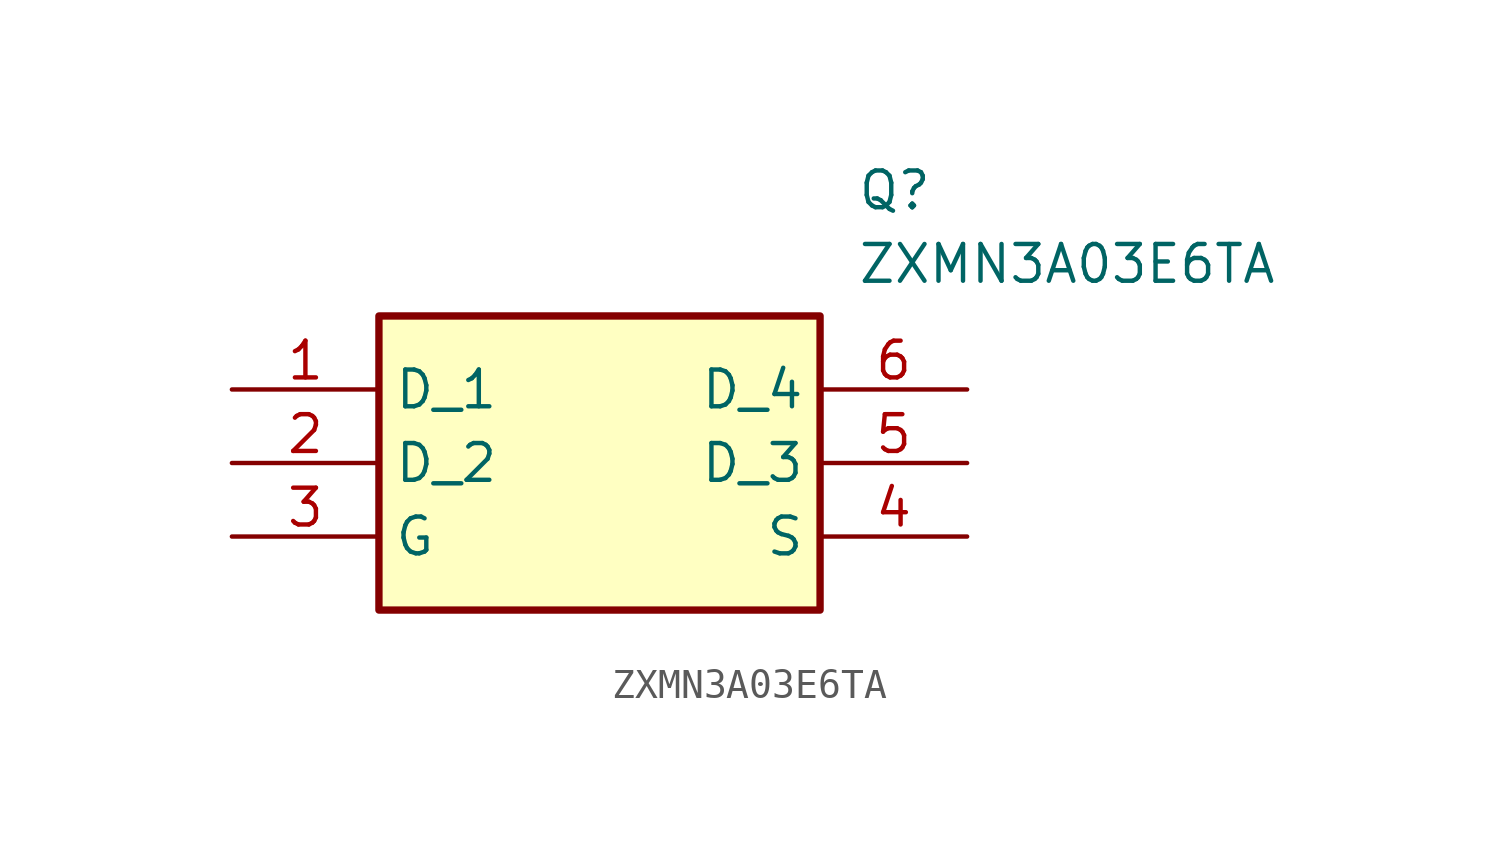
<source format=kicad_sym>
(kicad_symbol_lib
  (version 20211014)
  (generator SamacSys_ECAD_Model)
  (symbol "ZXMN3A03E6TA"
    (property "Reference" "Q"
      (at 21.59 7.62 0)
      (effects (font (size 1.27 1.27)) (justify left top)))
    (property "Value" "ZXMN3A03E6TA"
      (at 21.59 5.08 0)
      (effects (font (size 1.27 1.27)) (justify left top)))
    (rectangle
      (start 5.08 2.54)
      (end 20.32 -7.62)
      (stroke (width 0.254) (type default))
      (fill (type background)))
    (pin passive line
      (at 0 0 0)
      (length 5.08)
      (name "D_1" (effects (font (size 1.27 1.27))))
      (number "1" (effects (font (size 1.27 1.27)))))
    (pin passive line
      (at 0 -2.54 0)
      (length 5.08)
      (name "D_2" (effects (font (size 1.27 1.27))))
      (number "2" (effects (font (size 1.27 1.27)))))
    (pin passive line
      (at 0 -5.08 0)
      (length 5.08)
      (name "G" (effects (font (size 1.27 1.27))))
      (number "3" (effects (font (size 1.27 1.27)))))
    (pin passive line
      (at 25.4 -5.08 180)
      (length 5.08)
      (name "S" (effects (font (size 1.27 1.27))))
      (number "4" (effects (font (size 1.27 1.27)))))
    (pin passive line
      (at 25.4 -2.54 180)
      (length 5.08)
      (name "D_3" (effects (font (size 1.27 1.27))))
      (number "5" (effects (font (size 1.27 1.27)))))
    (pin passive line
      (at 25.4 0 180)
      (length 5.08)
      (name "D_4" (effects (font (size 1.27 1.27))))
      (number "6" (effects (font (size 1.27 1.27)))))))
</source>
